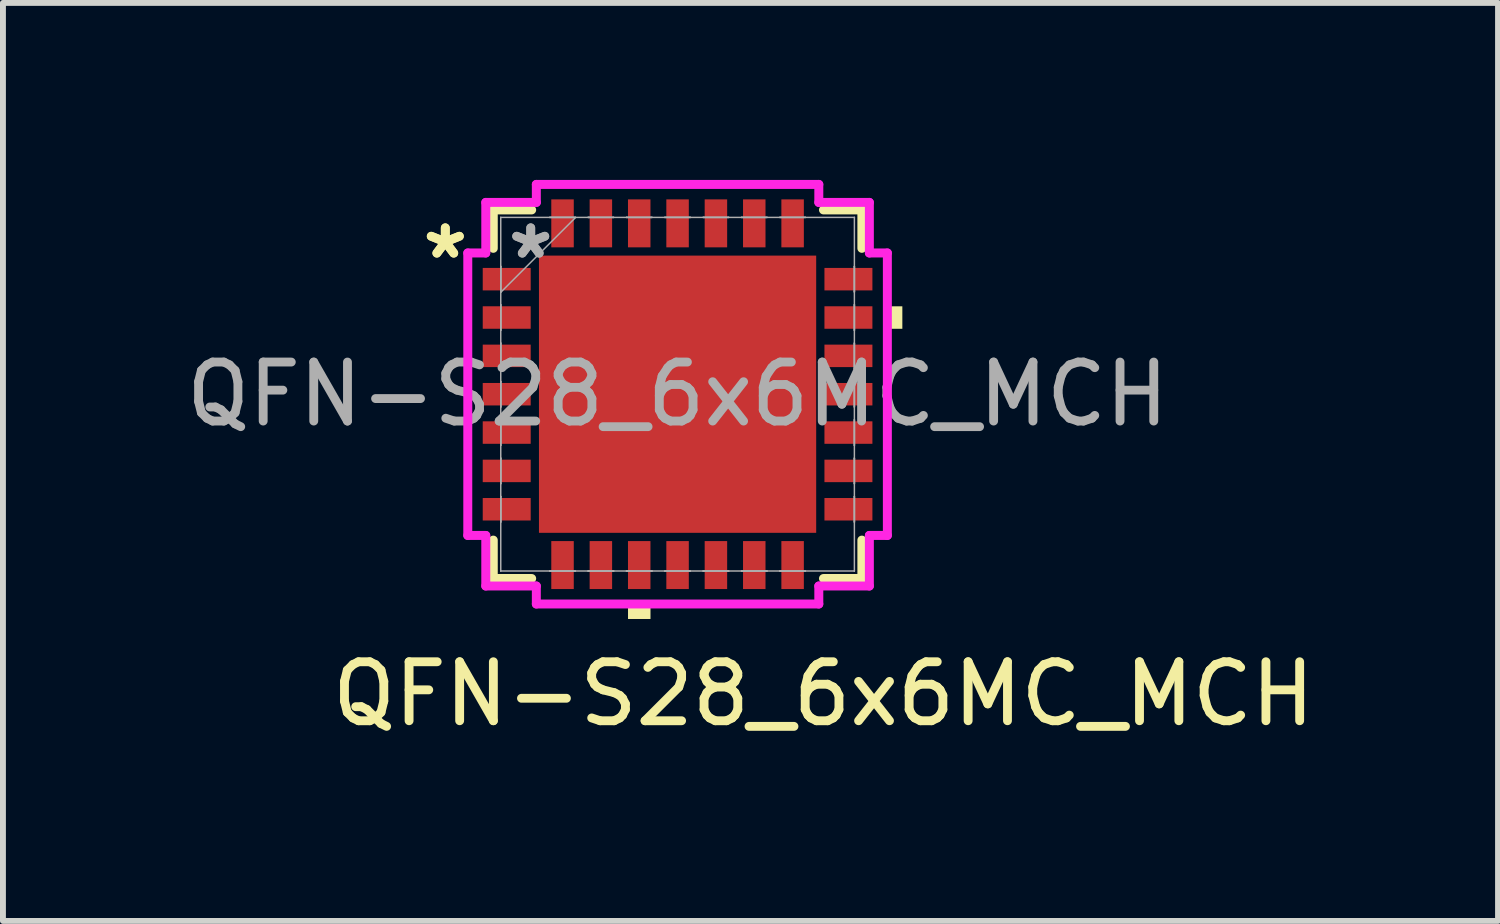
<source format=kicad_pcb>
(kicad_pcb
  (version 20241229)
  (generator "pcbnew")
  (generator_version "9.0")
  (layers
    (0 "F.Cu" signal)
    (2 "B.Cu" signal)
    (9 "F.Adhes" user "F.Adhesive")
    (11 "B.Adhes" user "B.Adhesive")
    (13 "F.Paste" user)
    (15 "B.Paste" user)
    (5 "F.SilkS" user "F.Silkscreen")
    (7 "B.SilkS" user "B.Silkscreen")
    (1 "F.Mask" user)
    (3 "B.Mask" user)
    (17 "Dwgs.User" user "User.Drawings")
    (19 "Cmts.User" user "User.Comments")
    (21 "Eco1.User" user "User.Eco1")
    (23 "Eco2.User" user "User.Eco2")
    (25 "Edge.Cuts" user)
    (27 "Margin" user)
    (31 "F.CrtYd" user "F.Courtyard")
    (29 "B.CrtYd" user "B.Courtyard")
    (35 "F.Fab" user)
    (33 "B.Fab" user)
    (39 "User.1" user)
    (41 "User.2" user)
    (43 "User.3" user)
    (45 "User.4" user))
  (footprint "QFN-S28_6x6MC_MCH"
    (layer "F.Cu")
    (at 8.435 3.632)
    (property "Reference" "QFN-S28_6x6MC_MCH" (at 2.473 5.08 0) (unlocked yes) (layer "F.SilkS") (effects (font (size 1 1) (thickness 0.15))))
    (attr smd)
    (fp_line (start -3.124 -3.124) (end -3.124 -2.473) (stroke (width 0.152) (type solid)) (layer "F.SilkS"))
    (fp_line (start -3.124 2.473) (end -3.124 3.124) (stroke (width 0.152) (type solid)) (layer "F.SilkS"))
    (fp_line (start -3.124 3.124) (end -2.473 3.124) (stroke (width 0.152) (type solid)) (layer "F.SilkS"))
    (fp_line (start -2.473 -3.124) (end -3.124 -3.124) (stroke (width 0.152) (type solid)) (layer "F.SilkS"))
    (fp_line (start 2.473 3.124) (end 3.124 3.124) (stroke (width 0.152) (type solid)) (layer "F.SilkS"))
    (fp_line (start 3.124 -3.124) (end 2.473 -3.124) (stroke (width 0.152) (type solid)) (layer "F.SilkS"))
    (fp_line (start 3.124 -2.473) (end 3.124 -3.124) (stroke (width 0.152) (type solid)) (layer "F.SilkS"))
    (fp_line (start 3.124 3.124) (end 3.124 2.473) (stroke (width 0.152) (type solid)) (layer "F.SilkS"))
    (fp_poly (pts (xy -0.84 3.556) (xy -0.84 3.81) (xy -0.459 3.81) (xy -0.459 3.556)) (stroke (width 0) (type solid)) (fill yes) (layer "F.SilkS"))
    (fp_poly (pts (xy 3.81 -1.49) (xy 3.81 -1.109) (xy 3.556 -1.109) (xy 3.556 -1.49)) (stroke (width 0) (type solid)) (fill yes) (layer "F.SilkS"))
    (fp_poly (pts (xy -2.249 -2.249) (xy -2.249 -0.883) (xy -0.883 -0.883) (xy -0.883 -2.249)) (stroke (width 0) (type solid)) (fill yes) (layer "F.Paste"))
    (fp_poly (pts (xy -2.249 -0.683) (xy -2.249 0.683) (xy -0.883 0.683) (xy -0.883 -0.683)) (stroke (width 0) (type solid)) (fill yes) (layer "F.Paste"))
    (fp_poly (pts (xy -2.249 0.883) (xy -2.249 2.249) (xy -0.883 2.249) (xy -0.883 0.883)) (stroke (width 0) (type solid)) (fill yes) (layer "F.Paste"))
    (fp_poly (pts (xy -0.683 -2.249) (xy -0.683 -0.883) (xy 0.683 -0.883) (xy 0.683 -2.249)) (stroke (width 0) (type solid)) (fill yes) (layer "F.Paste"))
    (fp_poly (pts (xy -0.683 -0.683) (xy -0.683 0.683) (xy 0.683 0.683) (xy 0.683 -0.683)) (stroke (width 0) (type solid)) (fill yes) (layer "F.Paste"))
    (fp_poly (pts (xy -0.683 0.883) (xy -0.683 2.249) (xy 0.683 2.249) (xy 0.683 0.883)) (stroke (width 0) (type solid)) (fill yes) (layer "F.Paste"))
    (fp_poly (pts (xy 0.883 -2.249) (xy 0.883 -0.883) (xy 2.249 -0.883) (xy 2.249 -2.249)) (stroke (width 0) (type solid)) (fill yes) (layer "F.Paste"))
    (fp_poly (pts (xy 0.883 -0.683) (xy 0.883 0.683) (xy 2.249 0.683) (xy 2.249 -0.683)) (stroke (width 0) (type solid)) (fill yes) (layer "F.Paste"))
    (fp_poly (pts (xy 0.883 0.883) (xy 0.883 2.249) (xy 2.249 2.249) (xy 2.249 0.883)) (stroke (width 0) (type solid)) (fill yes) (layer "F.Paste"))
    (fp_line (start -3.556 -2.394) (end -3.251 -2.394) (stroke (width 0.152) (type solid)) (layer "F.CrtYd"))
    (fp_line (start -3.556 2.394) (end -3.556 -2.394) (stroke (width 0.152) (type solid)) (layer "F.CrtYd"))
    (fp_line (start -3.251 -3.251) (end -2.394 -3.251) (stroke (width 0.152) (type solid)) (layer "F.CrtYd"))
    (fp_line (start -3.251 -2.394) (end -3.251 -3.251) (stroke (width 0.152) (type solid)) (layer "F.CrtYd"))
    (fp_line (start -3.251 2.394) (end -3.556 2.394) (stroke (width 0.152) (type solid)) (layer "F.CrtYd"))
    (fp_line (start -3.251 3.251) (end -3.251 2.394) (stroke (width 0.152) (type solid)) (layer "F.CrtYd"))
    (fp_line (start -2.394 -3.556) (end 2.394 -3.556) (stroke (width 0.152) (type solid)) (layer "F.CrtYd"))
    (fp_line (start -2.394 -3.251) (end -2.394 -3.556) (stroke (width 0.152) (type solid)) (layer "F.CrtYd"))
    (fp_line (start -2.394 3.251) (end -3.251 3.251) (stroke (width 0.152) (type solid)) (layer "F.CrtYd"))
    (fp_line (start -2.394 3.556) (end -2.394 3.251) (stroke (width 0.152) (type solid)) (layer "F.CrtYd"))
    (fp_line (start 2.394 -3.556) (end 2.394 -3.251) (stroke (width 0.152) (type solid)) (layer "F.CrtYd"))
    (fp_line (start 2.394 -3.251) (end 3.251 -3.251) (stroke (width 0.152) (type solid)) (layer "F.CrtYd"))
    (fp_line (start 2.394 3.251) (end 2.394 3.556) (stroke (width 0.152) (type solid)) (layer "F.CrtYd"))
    (fp_line (start 2.394 3.556) (end -2.394 3.556) (stroke (width 0.152) (type solid)) (layer "F.CrtYd"))
    (fp_line (start 3.251 -3.251) (end 3.251 -2.394) (stroke (width 0.152) (type solid)) (layer "F.CrtYd"))
    (fp_line (start 3.251 -2.394) (end 3.556 -2.394) (stroke (width 0.152) (type solid)) (layer "F.CrtYd"))
    (fp_line (start 3.251 2.394) (end 3.251 3.251) (stroke (width 0.152) (type solid)) (layer "F.CrtYd"))
    (fp_line (start 3.251 3.251) (end 2.394 3.251) (stroke (width 0.152) (type solid)) (layer "F.CrtYd"))
    (fp_line (start 3.556 -2.394) (end 3.556 2.394) (stroke (width 0.152) (type solid)) (layer "F.CrtYd"))
    (fp_line (start 3.556 2.394) (end 3.251 2.394) (stroke (width 0.152) (type solid)) (layer "F.CrtYd"))
    (fp_line (start -2.997 -2.997) (end -2.997 -2.997) (stroke (width 0.025) (type solid)) (layer "F.Fab"))
    (fp_line (start -2.997 -2.997) (end -2.997 2.997) (stroke (width 0.025) (type solid)) (layer "F.Fab"))
    (fp_line (start -2.997 -2.166) (end -2.997 -2.166) (stroke (width 0.025) (type solid)) (layer "F.Fab"))
    (fp_line (start -2.997 -2.166) (end -2.997 -1.734) (stroke (width 0.025) (type solid)) (layer "F.Fab"))
    (fp_line (start -2.997 -1.734) (end -2.997 -2.166) (stroke (width 0.025) (type solid)) (layer "F.Fab"))
    (fp_line (start -2.997 -1.734) (end -2.997 -1.734) (stroke (width 0.025) (type solid)) (layer "F.Fab"))
    (fp_line (start -2.997 -1.727) (end -1.727 -2.997) (stroke (width 0.025) (type solid)) (layer "F.Fab"))
    (fp_line (start -2.997 -1.516) (end -2.997 -1.516) (stroke (width 0.025) (type solid)) (layer "F.Fab"))
    (fp_line (start -2.997 -1.516) (end -2.997 -1.084) (stroke (width 0.025) (type solid)) (layer "F.Fab"))
    (fp_line (start -2.997 -1.084) (end -2.997 -1.516) (stroke (width 0.025) (type solid)) (layer "F.Fab"))
    (fp_line (start -2.997 -1.084) (end -2.997 -1.084) (stroke (width 0.025) (type solid)) (layer "F.Fab"))
    (fp_line (start -2.997 -0.866) (end -2.997 -0.866) (stroke (width 0.025) (type solid)) (layer "F.Fab"))
    (fp_line (start -2.997 -0.866) (end -2.997 -0.434) (stroke (width 0.025) (type solid)) (layer "F.Fab"))
    (fp_line (start -2.997 -0.434) (end -2.997 -0.866) (stroke (width 0.025) (type solid)) (layer "F.Fab"))
    (fp_line (start -2.997 -0.434) (end -2.997 -0.434) (stroke (width 0.025) (type solid)) (layer "F.Fab"))
    (fp_line (start -2.997 -0.216) (end -2.997 -0.216) (stroke (width 0.025) (type solid)) (layer "F.Fab"))
    (fp_line (start -2.997 -0.216) (end -2.997 0.216) (stroke (width 0.025) (type solid)) (layer "F.Fab"))
    (fp_line (start -2.997 0.216) (end -2.997 -0.216) (stroke (width 0.025) (type solid)) (layer "F.Fab"))
    (fp_line (start -2.997 0.216) (end -2.997 0.216) (stroke (width 0.025) (type solid)) (layer "F.Fab"))
    (fp_line (start -2.997 0.434) (end -2.997 0.434) (stroke (width 0.025) (type solid)) (layer "F.Fab"))
    (fp_line (start -2.997 0.434) (end -2.997 0.866) (stroke (width 0.025) (type solid)) (layer "F.Fab"))
    (fp_line (start -2.997 0.866) (end -2.997 0.434) (stroke (width 0.025) (type solid)) (layer "F.Fab"))
    (fp_line (start -2.997 0.866) (end -2.997 0.866) (stroke (width 0.025) (type solid)) (layer "F.Fab"))
    (fp_line (start -2.997 1.084) (end -2.997 1.084) (stroke (width 0.025) (type solid)) (layer "F.Fab"))
    (fp_line (start -2.997 1.084) (end -2.997 1.516) (stroke (width 0.025) (type solid)) (layer "F.Fab"))
    (fp_line (start -2.997 1.516) (end -2.997 1.084) (stroke (width 0.025) (type solid)) (layer "F.Fab"))
    (fp_line (start -2.997 1.516) (end -2.997 1.516) (stroke (width 0.025) (type solid)) (layer "F.Fab"))
    (fp_line (start -2.997 1.734) (end -2.997 1.734) (stroke (width 0.025) (type solid)) (layer "F.Fab"))
    (fp_line (start -2.997 1.734) (end -2.997 2.166) (stroke (width 0.025) (type solid)) (layer "F.Fab"))
    (fp_line (start -2.997 2.166) (end -2.997 1.734) (stroke (width 0.025) (type solid)) (layer "F.Fab"))
    (fp_line (start -2.997 2.166) (end -2.997 2.166) (stroke (width 0.025) (type solid)) (layer "F.Fab"))
    (fp_line (start -2.997 2.997) (end -2.997 2.997) (stroke (width 0.025) (type solid)) (layer "F.Fab"))
    (fp_line (start -2.997 2.997) (end 2.997 2.997) (stroke (width 0.025) (type solid)) (layer "F.Fab"))
    (fp_line (start -2.166 -2.997) (end -2.166 -2.997) (stroke (width 0.025) (type solid)) (layer "F.Fab"))
    (fp_line (start -2.166 -2.997) (end -1.734 -2.997) (stroke (width 0.025) (type solid)) (layer "F.Fab"))
    (fp_line (start -2.166 2.997) (end -2.166 2.997) (stroke (width 0.025) (type solid)) (layer "F.Fab"))
    (fp_line (start -2.166 2.997) (end -1.734 2.997) (stroke (width 0.025) (type solid)) (layer "F.Fab"))
    (fp_line (start -1.734 -2.997) (end -2.166 -2.997) (stroke (width 0.025) (type solid)) (layer "F.Fab"))
    (fp_line (start -1.734 -2.997) (end -1.734 -2.997) (stroke (width 0.025) (type solid)) (layer "F.Fab"))
    (fp_line (start -1.734 2.997) (end -2.166 2.997) (stroke (width 0.025) (type solid)) (layer "F.Fab"))
    (fp_line (start -1.734 2.997) (end -1.734 2.997) (stroke (width 0.025) (type solid)) (layer "F.Fab"))
    (fp_line (start -1.516 -2.997) (end -1.516 -2.997) (stroke (width 0.025) (type solid)) (layer "F.Fab"))
    (fp_line (start -1.516 -2.997) (end -1.084 -2.997) (stroke (width 0.025) (type solid)) (layer "F.Fab"))
    (fp_line (start -1.516 2.997) (end -1.516 2.997) (stroke (width 0.025) (type solid)) (layer "F.Fab"))
    (fp_line (start -1.516 2.997) (end -1.084 2.997) (stroke (width 0.025) (type solid)) (layer "F.Fab"))
    (fp_line (start -1.084 -2.997) (end -1.516 -2.997) (stroke (width 0.025) (type solid)) (layer "F.Fab"))
    (fp_line (start -1.084 -2.997) (end -1.084 -2.997) (stroke (width 0.025) (type solid)) (layer "F.Fab"))
    (fp_line (start -1.084 2.997) (end -1.516 2.997) (stroke (width 0.025) (type solid)) (layer "F.Fab"))
    (fp_line (start -1.084 2.997) (end -1.084 2.997) (stroke (width 0.025) (type solid)) (layer "F.Fab"))
    (fp_line (start -0.866 -2.997) (end -0.866 -2.997) (stroke (width 0.025) (type solid)) (layer "F.Fab"))
    (fp_line (start -0.866 -2.997) (end -0.434 -2.997) (stroke (width 0.025) (type solid)) (layer "F.Fab"))
    (fp_line (start -0.866 2.997) (end -0.866 2.997) (stroke (width 0.025) (type solid)) (layer "F.Fab"))
    (fp_line (start -0.866 2.997) (end -0.434 2.997) (stroke (width 0.025) (type solid)) (layer "F.Fab"))
    (fp_line (start -0.434 -2.997) (end -0.866 -2.997) (stroke (width 0.025) (type solid)) (layer "F.Fab"))
    (fp_line (start -0.434 -2.997) (end -0.434 -2.997) (stroke (width 0.025) (type solid)) (layer "F.Fab"))
    (fp_line (start -0.434 2.997) (end -0.866 2.997) (stroke (width 0.025) (type solid)) (layer "F.Fab"))
    (fp_line (start -0.434 2.997) (end -0.434 2.997) (stroke (width 0.025) (type solid)) (layer "F.Fab"))
    (fp_line (start -0.216 -2.997) (end -0.216 -2.997) (stroke (width 0.025) (type solid)) (layer "F.Fab"))
    (fp_line (start -0.216 -2.997) (end 0.216 -2.997) (stroke (width 0.025) (type solid)) (layer "F.Fab"))
    (fp_line (start -0.216 2.997) (end -0.216 2.997) (stroke (width 0.025) (type solid)) (layer "F.Fab"))
    (fp_line (start -0.216 2.997) (end 0.216 2.997) (stroke (width 0.025) (type solid)) (layer "F.Fab"))
    (fp_line (start 0.216 -2.997) (end -0.216 -2.997) (stroke (width 0.025) (type solid)) (layer "F.Fab"))
    (fp_line (start 0.216 -2.997) (end 0.216 -2.997) (stroke (width 0.025) (type solid)) (layer "F.Fab"))
    (fp_line (start 0.216 2.997) (end -0.216 2.997) (stroke (width 0.025) (type solid)) (layer "F.Fab"))
    (fp_line (start 0.216 2.997) (end 0.216 2.997) (stroke (width 0.025) (type solid)) (layer "F.Fab"))
    (fp_line (start 0.434 -2.997) (end 0.434 -2.997) (stroke (width 0.025) (type solid)) (layer "F.Fab"))
    (fp_line (start 0.434 -2.997) (end 0.866 -2.997) (stroke (width 0.025) (type solid)) (layer "F.Fab"))
    (fp_line (start 0.434 2.997) (end 0.434 2.997) (stroke (width 0.025) (type solid)) (layer "F.Fab"))
    (fp_line (start 0.434 2.997) (end 0.866 2.997) (stroke (width 0.025) (type solid)) (layer "F.Fab"))
    (fp_line (start 0.866 -2.997) (end 0.434 -2.997) (stroke (width 0.025) (type solid)) (layer "F.Fab"))
    (fp_line (start 0.866 -2.997) (end 0.866 -2.997) (stroke (width 0.025) (type solid)) (layer "F.Fab"))
    (fp_line (start 0.866 2.997) (end 0.434 2.997) (stroke (width 0.025) (type solid)) (layer "F.Fab"))
    (fp_line (start 0.866 2.997) (end 0.866 2.997) (stroke (width 0.025) (type solid)) (layer "F.Fab"))
    (fp_line (start 1.084 -2.997) (end 1.084 -2.997) (stroke (width 0.025) (type solid)) (layer "F.Fab"))
    (fp_line (start 1.084 -2.997) (end 1.516 -2.997) (stroke (width 0.025) (type solid)) (layer "F.Fab"))
    (fp_line (start 1.084 2.997) (end 1.084 2.997) (stroke (width 0.025) (type solid)) (layer "F.Fab"))
    (fp_line (start 1.084 2.997) (end 1.516 2.997) (stroke (width 0.025) (type solid)) (layer "F.Fab"))
    (fp_line (start 1.516 -2.997) (end 1.084 -2.997) (stroke (width 0.025) (type solid)) (layer "F.Fab"))
    (fp_line (start 1.516 -2.997) (end 1.516 -2.997) (stroke (width 0.025) (type solid)) (layer "F.Fab"))
    (fp_line (start 1.516 2.997) (end 1.084 2.997) (stroke (width 0.025) (type solid)) (layer "F.Fab"))
    (fp_line (start 1.516 2.997) (end 1.516 2.997) (stroke (width 0.025) (type solid)) (layer "F.Fab"))
    (fp_line (start 1.734 -2.997) (end 1.734 -2.997) (stroke (width 0.025) (type solid)) (layer "F.Fab"))
    (fp_line (start 1.734 -2.997) (end 2.166 -2.997) (stroke (width 0.025) (type solid)) (layer "F.Fab"))
    (fp_line (start 1.734 2.997) (end 1.734 2.997) (stroke (width 0.025) (type solid)) (layer "F.Fab"))
    (fp_line (start 1.734 2.997) (end 2.166 2.997) (stroke (width 0.025) (type solid)) (layer "F.Fab"))
    (fp_line (start 2.166 -2.997) (end 1.734 -2.997) (stroke (width 0.025) (type solid)) (layer "F.Fab"))
    (fp_line (start 2.166 -2.997) (end 2.166 -2.997) (stroke (width 0.025) (type solid)) (layer "F.Fab"))
    (fp_line (start 2.166 2.997) (end 1.734 2.997) (stroke (width 0.025) (type solid)) (layer "F.Fab"))
    (fp_line (start 2.166 2.997) (end 2.166 2.997) (stroke (width 0.025) (type solid)) (layer "F.Fab"))
    (fp_line (start 2.997 -2.997) (end -2.997 -2.997) (stroke (width 0.025) (type solid)) (layer "F.Fab"))
    (fp_line (start 2.997 -2.997) (end 2.997 -2.997) (stroke (width 0.025) (type solid)) (layer "F.Fab"))
    (fp_line (start 2.997 -2.166) (end 2.997 -2.166) (stroke (width 0.025) (type solid)) (layer "F.Fab"))
    (fp_line (start 2.997 -2.166) (end 2.997 -1.734) (stroke (width 0.025) (type solid)) (layer "F.Fab"))
    (fp_line (start 2.997 -1.734) (end 2.997 -2.166) (stroke (width 0.025) (type solid)) (layer "F.Fab"))
    (fp_line (start 2.997 -1.734) (end 2.997 -1.734) (stroke (width 0.025) (type solid)) (layer "F.Fab"))
    (fp_line (start 2.997 -1.516) (end 2.997 -1.516) (stroke (width 0.025) (type solid)) (layer "F.Fab"))
    (fp_line (start 2.997 -1.516) (end 2.997 -1.084) (stroke (width 0.025) (type solid)) (layer "F.Fab"))
    (fp_line (start 2.997 -1.084) (end 2.997 -1.516) (stroke (width 0.025) (type solid)) (layer "F.Fab"))
    (fp_line (start 2.997 -1.084) (end 2.997 -1.084) (stroke (width 0.025) (type solid)) (layer "F.Fab"))
    (fp_line (start 2.997 -0.866) (end 2.997 -0.866) (stroke (width 0.025) (type solid)) (layer "F.Fab"))
    (fp_line (start 2.997 -0.866) (end 2.997 -0.434) (stroke (width 0.025) (type solid)) (layer "F.Fab"))
    (fp_line (start 2.997 -0.434) (end 2.997 -0.866) (stroke (width 0.025) (type solid)) (layer "F.Fab"))
    (fp_line (start 2.997 -0.434) (end 2.997 -0.434) (stroke (width 0.025) (type solid)) (layer "F.Fab"))
    (fp_line (start 2.997 -0.216) (end 2.997 -0.216) (stroke (width 0.025) (type solid)) (layer "F.Fab"))
    (fp_line (start 2.997 -0.216) (end 2.997 0.216) (stroke (width 0.025) (type solid)) (layer "F.Fab"))
    (fp_line (start 2.997 0.216) (end 2.997 -0.216) (stroke (width 0.025) (type solid)) (layer "F.Fab"))
    (fp_line (start 2.997 0.216) (end 2.997 0.216) (stroke (width 0.025) (type solid)) (layer "F.Fab"))
    (fp_line (start 2.997 0.434) (end 2.997 0.434) (stroke (width 0.025) (type solid)) (layer "F.Fab"))
    (fp_line (start 2.997 0.434) (end 2.997 0.866) (stroke (width 0.025) (type solid)) (layer "F.Fab"))
    (fp_line (start 2.997 0.866) (end 2.997 0.434) (stroke (width 0.025) (type solid)) (layer "F.Fab"))
    (fp_line (start 2.997 0.866) (end 2.997 0.866) (stroke (width 0.025) (type solid)) (layer "F.Fab"))
    (fp_line (start 2.997 1.084) (end 2.997 1.084) (stroke (width 0.025) (type solid)) (layer "F.Fab"))
    (fp_line (start 2.997 1.084) (end 2.997 1.516) (stroke (width 0.025) (type solid)) (layer "F.Fab"))
    (fp_line (start 2.997 1.516) (end 2.997 1.084) (stroke (width 0.025) (type solid)) (layer "F.Fab"))
    (fp_line (start 2.997 1.516) (end 2.997 1.516) (stroke (width 0.025) (type solid)) (layer "F.Fab"))
    (fp_line (start 2.997 1.734) (end 2.997 1.734) (stroke (width 0.025) (type solid)) (layer "F.Fab"))
    (fp_line (start 2.997 1.734) (end 2.997 2.166) (stroke (width 0.025) (type solid)) (layer "F.Fab"))
    (fp_line (start 2.997 2.166) (end 2.997 1.734) (stroke (width 0.025) (type solid)) (layer "F.Fab"))
    (fp_line (start 2.997 2.166) (end 2.997 2.166) (stroke (width 0.025) (type solid)) (layer "F.Fab"))
    (fp_line (start 2.997 2.997) (end 2.997 -2.997) (stroke (width 0.025) (type solid)) (layer "F.Fab"))
    (fp_line (start 2.997 2.997) (end 2.997 2.997) (stroke (width 0.025) (type solid)) (layer "F.Fab"))
    (fp_text user "*" (at -3.937 -2.275 0) (unlocked yes) (layer "F.SilkS") (effects (font (size 1 1) (thickness 0.15))))
    (fp_text user "*" (at -3.937 -2.275 0) (layer "F.SilkS") (effects (font (size 1 1) (thickness 0.15))))
    (fp_text user "*" (at -2.489 -2.275 0) (layer "F.Fab") (effects (font (size 1 1) (thickness 0.15))))
    (fp_text user "*" (at -2.489 -2.275 0) (unlocked yes) (layer "F.Fab") (effects (font (size 1 1) (thickness 0.15))))
    (fp_text user "${REFERENCE}" (at 0 0 0) (unlocked yes) (layer "F.Fab") (effects (font (size 1 1) (thickness 0.15))))
    (pad "1" smd rect (at -2.896 -1.95 90) (size 0.381 0.813) (layers "F.Cu" "F.Mask" "F.Paste"))
    (pad "2" smd rect (at -2.896 -1.3 90) (size 0.381 0.813) (layers "F.Cu" "F.Mask" "F.Paste"))
    (pad "3" smd rect (at -2.896 -0.65 90) (size 0.381 0.813) (layers "F.Cu" "F.Mask" "F.Paste"))
    (pad "4" smd rect (at -2.896 0 90) (size 0.381 0.813) (layers "F.Cu" "F.Mask" "F.Paste"))
    (pad "5" smd rect (at -2.896 0.65 90) (size 0.381 0.813) (layers "F.Cu" "F.Mask" "F.Paste"))
    (pad "6" smd rect (at -2.896 1.3 90) (size 0.381 0.813) (layers "F.Cu" "F.Mask" "F.Paste"))
    (pad "7" smd rect (at -2.896 1.95 90) (size 0.381 0.813) (layers "F.Cu" "F.Mask" "F.Paste"))
    (pad "8" smd rect (at -1.95 2.896) (size 0.381 0.813) (layers "F.Cu" "F.Mask" "F.Paste"))
    (pad "9" smd rect (at -1.3 2.896) (size 0.381 0.813) (layers "F.Cu" "F.Mask" "F.Paste"))
    (pad "10" smd rect (at -0.65 2.896) (size 0.381 0.813) (layers "F.Cu" "F.Mask" "F.Paste"))
    (pad "11" smd rect (at 0 2.896) (size 0.381 0.813) (layers "F.Cu" "F.Mask" "F.Paste"))
    (pad "12" smd rect (at 0.65 2.896) (size 0.381 0.813) (layers "F.Cu" "F.Mask" "F.Paste"))
    (pad "13" smd rect (at 1.3 2.896) (size 0.381 0.813) (layers "F.Cu" "F.Mask" "F.Paste"))
    (pad "14" smd rect (at 1.95 2.896) (size 0.381 0.813) (layers "F.Cu" "F.Mask" "F.Paste"))
    (pad "15" smd rect (at 2.896 1.95 90) (size 0.381 0.813) (layers "F.Cu" "F.Mask" "F.Paste"))
    (pad "16" smd rect (at 2.896 1.3 90) (size 0.381 0.813) (layers "F.Cu" "F.Mask" "F.Paste"))
    (pad "17" smd rect (at 2.896 0.65 90) (size 0.381 0.813) (layers "F.Cu" "F.Mask" "F.Paste"))
    (pad "18" smd rect (at 2.896 0 90) (size 0.381 0.813) (layers "F.Cu" "F.Mask" "F.Paste"))
    (pad "19" smd rect (at 2.896 -0.65 90) (size 0.381 0.813) (layers "F.Cu" "F.Mask" "F.Paste"))
    (pad "20" smd rect (at 2.896 -1.3 90) (size 0.381 0.813) (layers "F.Cu" "F.Mask" "F.Paste"))
    (pad "21" smd rect (at 2.896 -1.95 90) (size 0.381 0.813) (layers "F.Cu" "F.Mask" "F.Paste"))
    (pad "22" smd rect (at 1.95 -2.896) (size 0.381 0.813) (layers "F.Cu" "F.Mask" "F.Paste"))
    (pad "23" smd rect (at 1.3 -2.896) (size 0.381 0.813) (layers "F.Cu" "F.Mask" "F.Paste"))
    (pad "24" smd rect (at 0.65 -2.896) (size 0.381 0.813) (layers "F.Cu" "F.Mask" "F.Paste"))
    (pad "25" smd rect (at 0 -2.896) (size 0.381 0.813) (layers "F.Cu" "F.Mask" "F.Paste"))
    (pad "26" smd rect (at -0.65 -2.896) (size 0.381 0.813) (layers "F.Cu" "F.Mask" "F.Paste"))
    (pad "27" smd rect (at -1.3 -2.896) (size 0.381 0.813) (layers "F.Cu" "F.Mask" "F.Paste"))
    (pad "28" smd rect (at -1.95 -2.896) (size 0.381 0.813) (layers "F.Cu" "F.Mask" "F.Paste"))
    (pad "29" smd rect (at 0 0) (size 4.699 4.699) (layers "F.Cu" "F.Mask")))
  (gr_rect
    (start -3 -3)
    (end 22.342 12.56)
    (stroke (width 0.1) (type default))
    (fill no)
    (layer "Edge.Cuts")))
</source>
